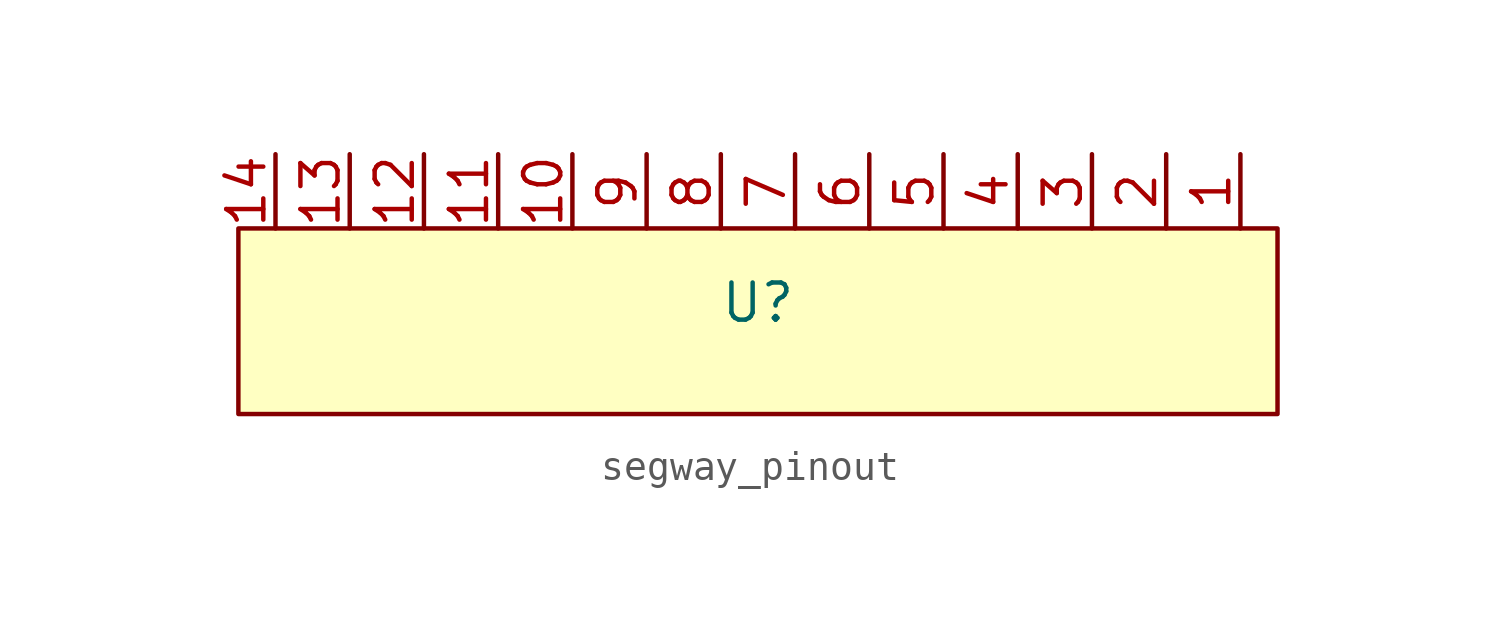
<source format=kicad_sym>
(kicad_symbol_lib
  (version 20231120)
  (generator "kicad_symbol_editor")
  (generator_version "8.0")
  (symbol "segway_pinout"
    (property "Reference" "U"
      (at 0 0 0)
      (effects (font (size 1.27 1.27))))
    (property "Value" ""
      (at 0 0 0)
      (effects (font (size 1.27 1.27))))
    (symbol "segway_pinout_1_1"
      (rectangle (start -17.78 2.54) (end 17.78 -3.81) (stroke (width 0) (type default)) (fill (type background)))
      (pin power_in line (at 16.51 5.08 270) (length 2.54) (name "" (effects (font (size 1.27 1.27)))) (number "1" (effects (font (size 1.27 1.27)))))
      (pin output line (at -6.35 5.08 270) (length 2.54) (name "" (effects (font (size 1.27 1.27)))) (number "10" (effects (font (size 1.27 1.27)))))
      (pin output line (at -8.89 5.08 270) (length 2.54) (name "" (effects (font (size 1.27 1.27)))) (number "11" (effects (font (size 1.27 1.27)))))
      (pin output line (at -11.43 5.08 270) (length 2.54) (name "" (effects (font (size 1.27 1.27)))) (number "12" (effects (font (size 1.27 1.27)))))
      (pin output line (at -13.97 5.08 270) (length 2.54) (name "" (effects (font (size 1.27 1.27)))) (number "13" (effects (font (size 1.27 1.27)))))
      (pin output line (at -16.51 5.08 270) (length 2.54) (name "" (effects (font (size 1.27 1.27)))) (number "14" (effects (font (size 1.27 1.27)))))
      (pin power_in line (at 13.97 5.08 270) (length 2.54) (name "" (effects (font (size 1.27 1.27)))) (number "2" (effects (font (size 1.27 1.27)))))
      (pin power_in line (at 11.43 5.08 270) (length 2.54) (name "" (effects (font (size 1.27 1.27)))) (number "3" (effects (font (size 1.27 1.27)))))
      (pin output line (at 8.89 5.08 270) (length 2.54) (name "" (effects (font (size 1.27 1.27)))) (number "4" (effects (font (size 1.27 1.27)))))
      (pin output line (at 6.35 5.08 270) (length 2.54) (name "" (effects (font (size 1.27 1.27)))) (number "5" (effects (font (size 1.27 1.27)))))
      (pin output line (at 3.81 5.08 270) (length 2.54) (name "" (effects (font (size 1.27 1.27)))) (number "6" (effects (font (size 1.27 1.27)))))
      (pin output line (at 1.27 5.08 270) (length 2.54) (name "" (effects (font (size 1.27 1.27)))) (number "7" (effects (font (size 1.27 1.27)))))
      (pin output line (at -1.27 5.08 270) (length 2.54) (name "" (effects (font (size 1.27 1.27)))) (number "8" (effects (font (size 1.27 1.27)))))
      (pin output line (at -3.81 5.08 270) (length 2.54) (name "" (effects (font (size 1.27 1.27)))) (number "9" (effects (font (size 1.27 1.27))))))))
</source>
